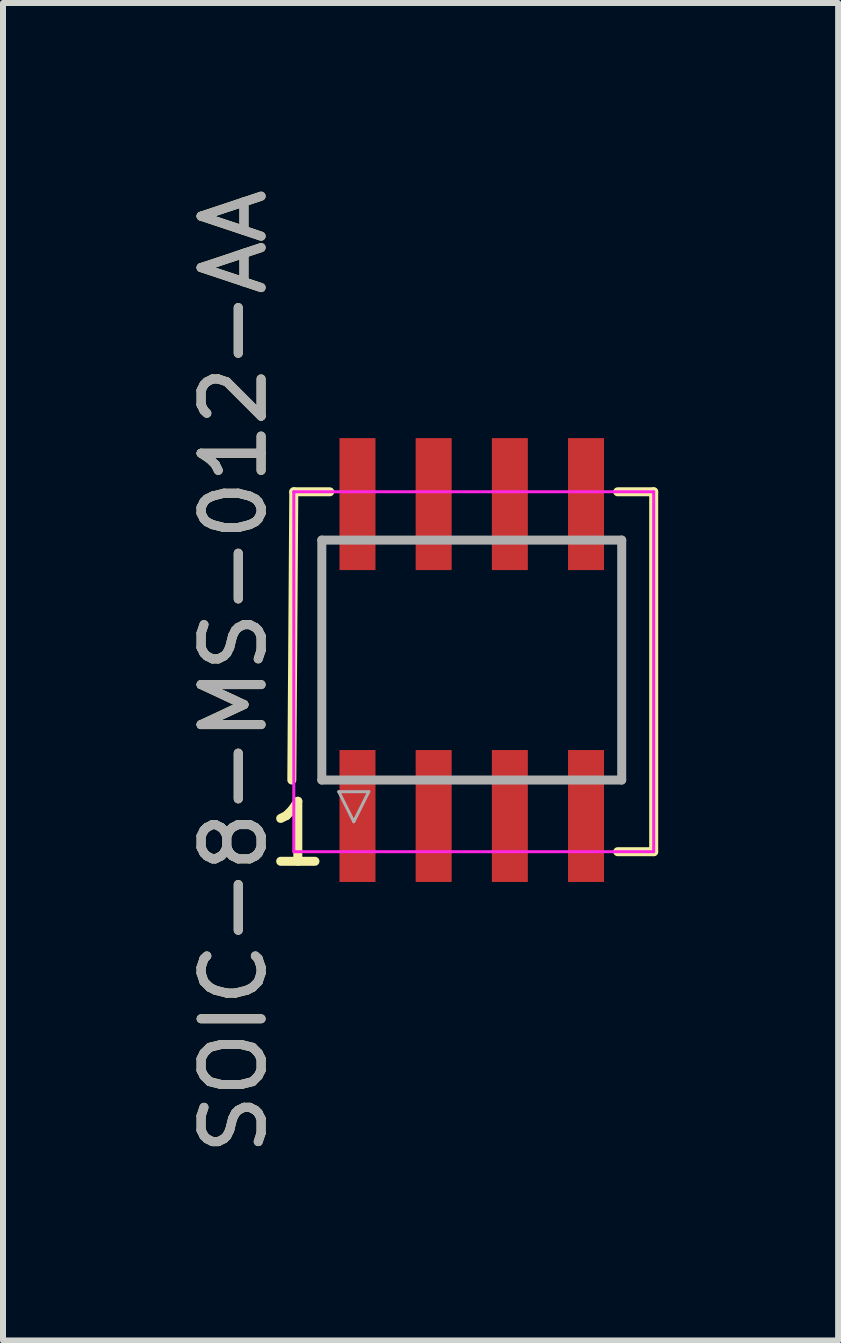
<source format=kicad_pcb>
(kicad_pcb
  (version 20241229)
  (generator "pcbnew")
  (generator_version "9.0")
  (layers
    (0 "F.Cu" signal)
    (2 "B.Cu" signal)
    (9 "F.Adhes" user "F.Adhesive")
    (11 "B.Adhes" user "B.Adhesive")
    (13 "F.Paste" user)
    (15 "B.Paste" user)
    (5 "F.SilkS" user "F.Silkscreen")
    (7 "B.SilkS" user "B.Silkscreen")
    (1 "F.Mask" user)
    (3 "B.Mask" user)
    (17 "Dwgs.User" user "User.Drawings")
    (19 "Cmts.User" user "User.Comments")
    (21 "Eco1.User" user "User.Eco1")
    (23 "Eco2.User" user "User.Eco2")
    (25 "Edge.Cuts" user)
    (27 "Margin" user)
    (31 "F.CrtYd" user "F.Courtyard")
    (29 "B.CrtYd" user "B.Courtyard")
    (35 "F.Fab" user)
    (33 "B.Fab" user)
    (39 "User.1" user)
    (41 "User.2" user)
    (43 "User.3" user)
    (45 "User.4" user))
  (footprint "SOIC−8-MS-012-AA"
    (layer "F.Cu")
    (at 4.815 7.954)
    (property "Reference" "SOIC−8-MS-012-AA" (at -3.967 0.195 90) (layer "F.SilkS") (effects (font (size 1 1) (thickness 0.15))))
    (attr smd)
    (fp_line (start -3 2) (end -2.967 -2.805) (stroke (width 0.15) (type solid)) (layer "F.SilkS"))
    (fp_line (start -2.967 -2.805) (end -2.367 -2.805) (stroke (width 0.15) (type solid)) (layer "F.SilkS"))
    (fp_line (start 2.433 -2.805) (end 3.033 -2.805) (stroke (width 0.15) (type solid)) (layer "F.SilkS"))
    (fp_line (start 3.033 3.195) (end 2.433 3.195) (stroke (width 0.15) (type solid)) (layer "F.SilkS"))
    (fp_line (start 3.033 3.195) (end 3.033 -2.805) (stroke (width 0.15) (type solid)) (layer "F.SilkS"))
    (fp_line (start -2.967 -2.805) (end 3.033 -2.805) (stroke (width 0.05) (type solid)) (layer "F.CrtYd"))
    (fp_line (start -2.967 3.195) (end -2.967 -2.805) (stroke (width 0.05) (type solid)) (layer "F.CrtYd"))
    (fp_line (start -2.967 3.195) (end 3.033 3.195) (stroke (width 0.05) (type solid)) (layer "F.CrtYd"))
    (fp_line (start 3.033 3.195) (end 3.033 -2.805) (stroke (width 0.05) (type solid)) (layer "F.CrtYd"))
    (fp_line (start -2.5 -2) (end -2.5 2) (stroke (width 0.15) (type solid)) (layer "F.Fab"))
    (fp_line (start -2.5 2) (end 2.5 2) (stroke (width 0.15) (type solid)) (layer "F.Fab"))
    (fp_line (start -2.217 2.195) (end -1.717 2.195) (stroke (width 0.05) (type solid)) (layer "F.Fab"))
    (fp_line (start -1.967 2.695) (end -2.217 2.195) (stroke (width 0.05) (type solid)) (layer "F.Fab"))
    (fp_line (start -1.717 2.195) (end -1.967 2.695) (stroke (width 0.05) (type solid)) (layer "F.Fab"))
    (fp_line (start 2.5 -2) (end -2.5 -2) (stroke (width 0.15) (type solid)) (layer "F.Fab"))
    (fp_line (start 2.5 2) (end 2.5 -2) (stroke (width 0.15) (type solid)) (layer "F.Fab"))
    (fp_text user "1" (at -2.9 2.9 0) (layer "F.SilkS") (effects (font (size 1 1) (thickness 0.15))))
    (fp_text user "${REFERENCE}" (at -3.967 0.195 90) (layer "F.Fab") (effects (font (size 1 1) (thickness 0.15))))
    (pad "1" smd rect (at -1.905 2.6) (size 0.6 2.2) (layers "F.Cu" "F.Mask" "F.Paste"))
    (pad "2" smd rect (at -0.635 2.6) (size 0.6 2.2) (layers "F.Cu" "F.Mask" "F.Paste"))
    (pad "3" smd rect (at 0.635 2.6) (size 0.6 2.2) (layers "F.Cu" "F.Mask" "F.Paste"))
    (pad "4" smd rect (at 1.905 2.6) (size 0.6 2.2) (layers "F.Cu" "F.Mask" "F.Paste"))
    (pad "5" smd rect (at 1.905 -2.6) (size 0.6 2.2) (layers "F.Cu" "F.Mask" "F.Paste"))
    (pad "6" smd rect (at 0.635 -2.6) (size 0.6 2.2) (layers "F.Cu" "F.Mask" "F.Paste"))
    (pad "7" smd rect (at -0.635 -2.6) (size 0.6 2.2) (layers "F.Cu" "F.Mask" "F.Paste"))
    (pad "8" smd rect (at -1.905 -2.6) (size 0.6 2.2) (layers "F.Cu" "F.Mask" "F.Paste")))
  (gr_rect
    (start -3 -3)
    (end 10.923 19.298)
    (stroke (width 0.1) (type default))
    (fill no)
    (layer "Edge.Cuts")))
</source>
